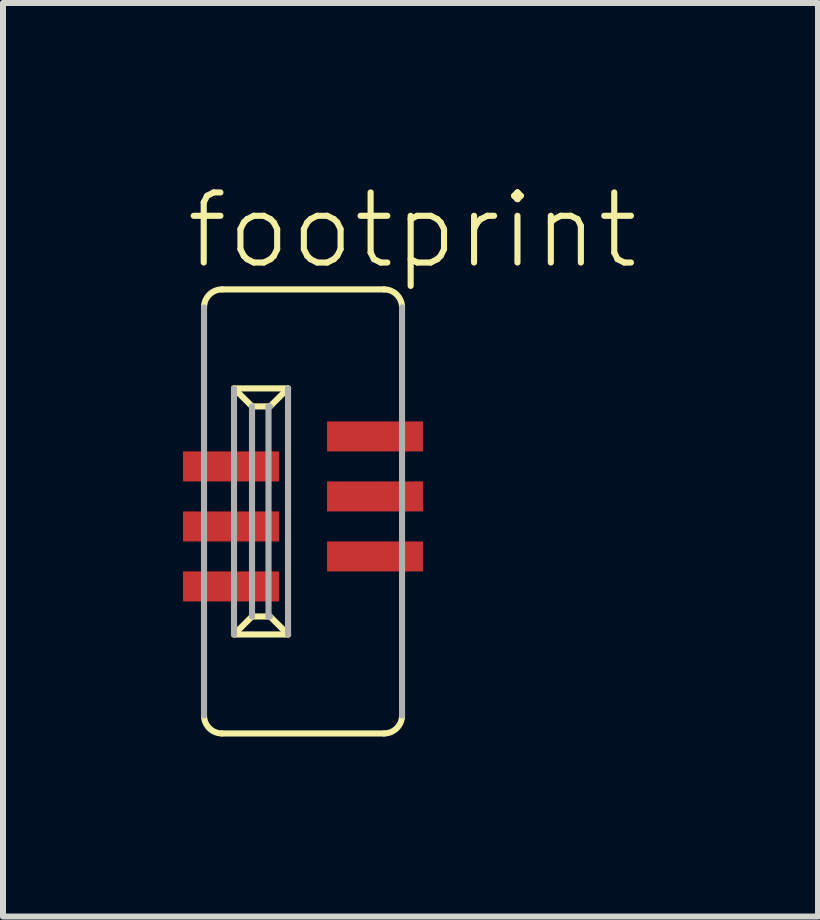
<source format=kicad_pcb>
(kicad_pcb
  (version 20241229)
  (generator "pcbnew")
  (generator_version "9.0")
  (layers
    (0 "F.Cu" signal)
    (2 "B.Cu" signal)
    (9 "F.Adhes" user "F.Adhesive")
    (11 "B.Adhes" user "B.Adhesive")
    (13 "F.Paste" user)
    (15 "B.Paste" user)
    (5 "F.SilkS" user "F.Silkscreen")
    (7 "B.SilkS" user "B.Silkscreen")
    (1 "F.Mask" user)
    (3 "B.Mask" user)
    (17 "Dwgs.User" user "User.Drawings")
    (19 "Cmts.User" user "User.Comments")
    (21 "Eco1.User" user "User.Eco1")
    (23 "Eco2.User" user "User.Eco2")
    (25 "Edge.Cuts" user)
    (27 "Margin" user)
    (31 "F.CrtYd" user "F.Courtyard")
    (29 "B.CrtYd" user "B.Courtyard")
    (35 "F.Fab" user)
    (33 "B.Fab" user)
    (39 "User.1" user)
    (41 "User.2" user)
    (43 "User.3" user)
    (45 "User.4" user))
  (footprint "footprint"
    (layer "F.Cu")
    (at 2 5.473)
    (property "Reference" "footprint" (at -2 -4 0) (layer "F.SilkS") (effects (font (size 1.168 1.168) (thickness 0.102)) (justify left bottom)))
    (fp_line (start -1.35 3.7) (end 1.35 3.7) (stroke (width 0.102) (type solid)) (layer "F.SilkS"))
    (fp_line (start -1.15 2.05) (end -0.85 1.75) (stroke (width 0.102) (type solid)) (layer "F.SilkS"))
    (fp_line (start -0.85 -1.75) (end -1.15 -2.05) (stroke (width 0.102) (type solid)) (layer "F.SilkS"))
    (fp_line (start -0.575 -1.75) (end -0.85 -1.75) (stroke (width 0.102) (type solid)) (layer "F.SilkS"))
    (fp_line (start -0.575 1.75) (end -0.85 1.75) (stroke (width 0.102) (type solid)) (layer "F.SilkS"))
    (fp_line (start -0.25 -2.05) (end -1.15 -2.05) (stroke (width 0.102) (type solid)) (layer "F.SilkS"))
    (fp_line (start -0.25 -2.05) (end -0.55 -1.75) (stroke (width 0.102) (type solid)) (layer "F.SilkS"))
    (fp_line (start -0.25 2.05) (end -1.15 2.05) (stroke (width 0.102) (type solid)) (layer "F.SilkS"))
    (fp_line (start -0.25 2.05) (end -0.55 1.75) (stroke (width 0.102) (type solid)) (layer "F.SilkS"))
    (fp_line (start 1.35 -3.7) (end -1.35 -3.7) (stroke (width 0.102) (type solid)) (layer "F.SilkS"))
    (fp_arc (start -1.65 -3.4) (mid -1.562132 -3.612132) (end -1.35 -3.7) (stroke (width 0.1016) (type solid)) (layer "F.SilkS"))
    (fp_arc (start -1.35 3.7) (mid -1.562132 3.612132) (end -1.65 3.4) (stroke (width 0.1016) (type solid)) (layer "F.SilkS"))
    (fp_arc (start 1.35 -3.7) (mid 1.562132 -3.612132) (end 1.65 -3.4) (stroke (width 0.1016) (type solid)) (layer "F.SilkS"))
    (fp_arc (start 1.65 3.4) (mid 1.562132 3.612132) (end 1.35 3.7) (stroke (width 0.1016) (type solid)) (layer "F.SilkS"))
    (fp_line (start -1.65 -3.4) (end -1.65 3.4) (stroke (width 0.102) (type solid)) (layer "F.Fab"))
    (fp_line (start -1.15 -2.05) (end -1.15 2.05) (stroke (width 0.102) (type solid)) (layer "F.Fab"))
    (fp_line (start -0.85 -1.75) (end -0.85 1.75) (stroke (width 0.102) (type solid)) (layer "F.Fab"))
    (fp_line (start -0.575 -1.75) (end -0.575 1.75) (stroke (width 0.102) (type solid)) (layer "F.Fab"))
    (fp_line (start -0.55 -1.75) (end -0.575 -1.75) (stroke (width 0.102) (type solid)) (layer "F.Fab"))
    (fp_line (start -0.55 1.75) (end -0.575 1.75) (stroke (width 0.102) (type solid)) (layer "F.Fab"))
    (fp_line (start -0.25 -2.05) (end -0.25 2.05) (stroke (width 0.102) (type solid)) (layer "F.Fab"))
    (fp_line (start 1.65 3.4) (end 1.65 -3.4) (stroke (width 0.102) (type solid)) (layer "F.Fab"))
    (pad "1" smd rect (at 1.2 -1.25 270) (size 0.5 1.6) (layers "F.Cu" "F.Mask" "F.Paste"))
    (pad "2" smd rect (at -1.2 -0.75 90) (size 0.5 1.6) (layers "F.Cu" "F.Mask" "F.Paste"))
    (pad "3" smd rect (at 1.2 -0.25 270) (size 0.5 1.6) (layers "F.Cu" "F.Mask" "F.Paste"))
    (pad "4" smd rect (at -1.2 0.25 90) (size 0.5 1.6) (layers "F.Cu" "F.Mask" "F.Paste"))
    (pad "5" smd rect (at 1.2 0.75 270) (size 0.5 1.6) (layers "F.Cu" "F.Mask" "F.Paste"))
    (pad "6" smd rect (at -1.2 1.25 90) (size 0.5 1.6) (layers "F.Cu" "F.Mask" "F.Paste")))
  (gr_rect
    (start -3 -3)
    (end 10.582 12.224)
    (stroke (width 0.1) (type default))
    (fill no)
    (layer "Edge.Cuts")))
</source>
